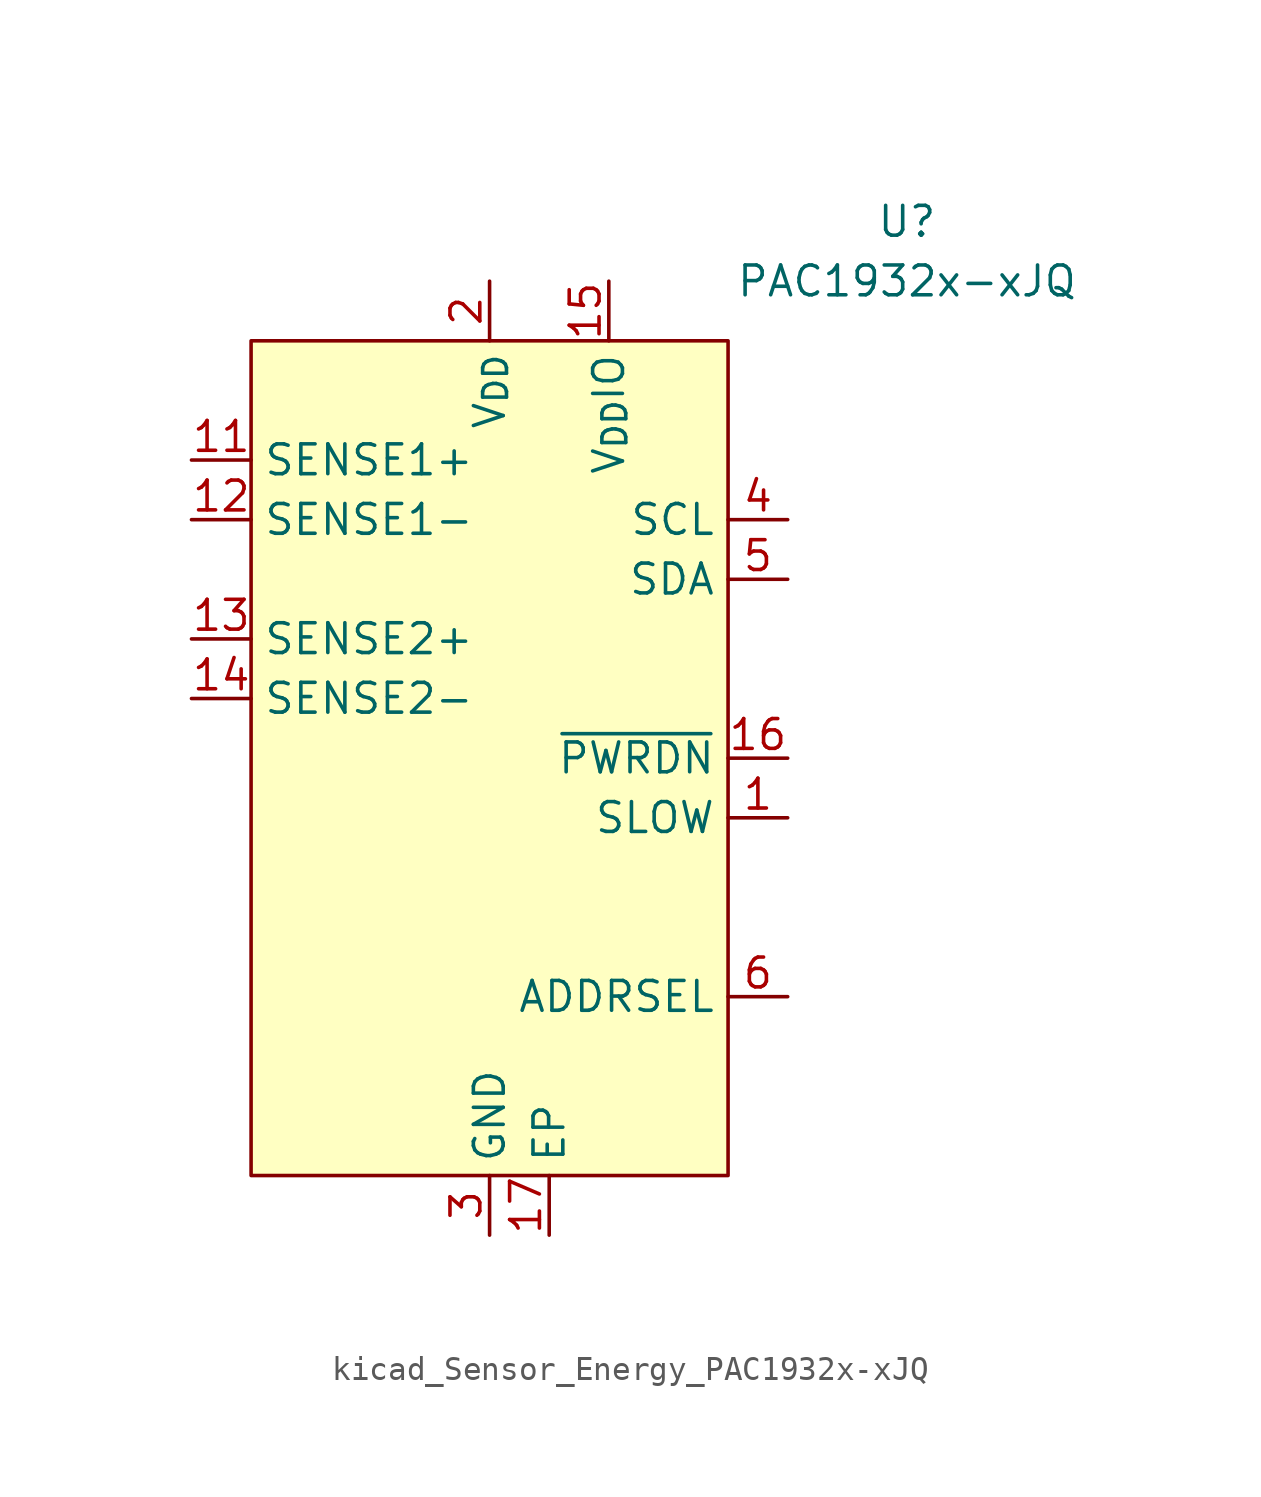
<source format=kicad_sym>
(kicad_symbol_lib
  (version 20220914)
  (generator kicad_symbol_editor)
  (symbol "kicad_Sensor_Energy_PAC1932x-xJQ"
    (property "Reference" "U"
      (at 17.78 22.86 0)
      (effects (font (size 1.27 1.27))))
    (property "Value" "PAC1932x-xJQ"
      (at 17.78 20.32 0)
      (effects (font (size 1.27 1.27))))
    (symbol "kicad_Sensor_Energy_PAC1932x-xJQ_0_0"
      (pin input line (at 12.7 -2.54 180) (length 2.54) (name "SLOW" (effects (font (size 1.27 1.27)))) (number "1" (effects (font (size 1.27 1.27)))) (alternate "~{ALERT1}" open_collector line))
      (pin passive line (at 0 -20.32 90) (length 2.54) hide (name "GND" (effects (font (size 1.27 1.27)))) (number "10" (effects (font (size 1.27 1.27)))))
      (pin input line (at -12.7 12.7 0) (length 2.54) (name "SENSE1+" (effects (font (size 1.27 1.27)))) (number "11" (effects (font (size 1.27 1.27)))))
      (pin input line (at -12.7 10.16 0) (length 2.54) (name "SENSE1-" (effects (font (size 1.27 1.27)))) (number "12" (effects (font (size 1.27 1.27)))))
      (pin input line (at -12.7 5.08 0) (length 2.54) (name "SENSE2+" (effects (font (size 1.27 1.27)))) (number "13" (effects (font (size 1.27 1.27)))))
      (pin input line (at -12.7 2.54 0) (length 2.54) (name "SENSE2-" (effects (font (size 1.27 1.27)))) (number "14" (effects (font (size 1.27 1.27)))))
      (pin input line (at 5.08 20.32 270) (length 2.54) (name "V_{DD}IO" (effects (font (size 1.27 1.27)))) (number "15" (effects (font (size 1.27 1.27)))))
      (pin input line (at 12.7 0 180) (length 2.54) (name "~{PWRDN}" (effects (font (size 1.27 1.27)))) (number "16" (effects (font (size 1.27 1.27)))))
      (pin passive line (at 2.54 -20.32 90) (length 2.54) (name "EP" (effects (font (size 1.27 1.27)))) (number "17" (effects (font (size 1.27 1.27)))))
      (pin power_in line (at 0 20.32 270) (length 2.54) (name "V_{DD}" (effects (font (size 1.27 1.27)))) (number "2" (effects (font (size 1.27 1.27)))))
      (pin power_in line (at 0 -20.32 90) (length 2.54) (name "GND" (effects (font (size 1.27 1.27)))) (number "3" (effects (font (size 1.27 1.27)))))
      (pin input line (at 12.7 10.16 180) (length 2.54) (name "SCL" (effects (font (size 1.27 1.27)))) (number "4" (effects (font (size 1.27 1.27)))) (alternate "SM_CLK" input line))
      (pin bidirectional line (at 12.7 7.62 180) (length 2.54) (name "SDA" (effects (font (size 1.27 1.27)))) (number "5" (effects (font (size 1.27 1.27)))) (alternate "SM_DATA" bidirectional line))
      (pin passive line (at 12.7 -10.16 180) (length 2.54) (name "ADDRSEL" (effects (font (size 1.27 1.27)))) (number "6" (effects (font (size 1.27 1.27)))))
      (pin passive line (at 0 -20.32 90) (length 2.54) hide (name "GND" (effects (font (size 1.27 1.27)))) (number "7" (effects (font (size 1.27 1.27)))))
      (pin passive line (at 0 -20.32 90) (length 2.54) hide (name "GND" (effects (font (size 1.27 1.27)))) (number "8" (effects (font (size 1.27 1.27)))))
      (pin passive line (at 0 -20.32 90) (length 2.54) hide (name "GND" (effects (font (size 1.27 1.27)))) (number "9" (effects (font (size 1.27 1.27))))))
    (symbol "kicad_Sensor_Energy_PAC1932x-xJQ_0_1"
      (rectangle (start -10.16 17.78) (end 10.16 -17.78) (stroke (width 0) (type default)) (fill (type background))))))
</source>
